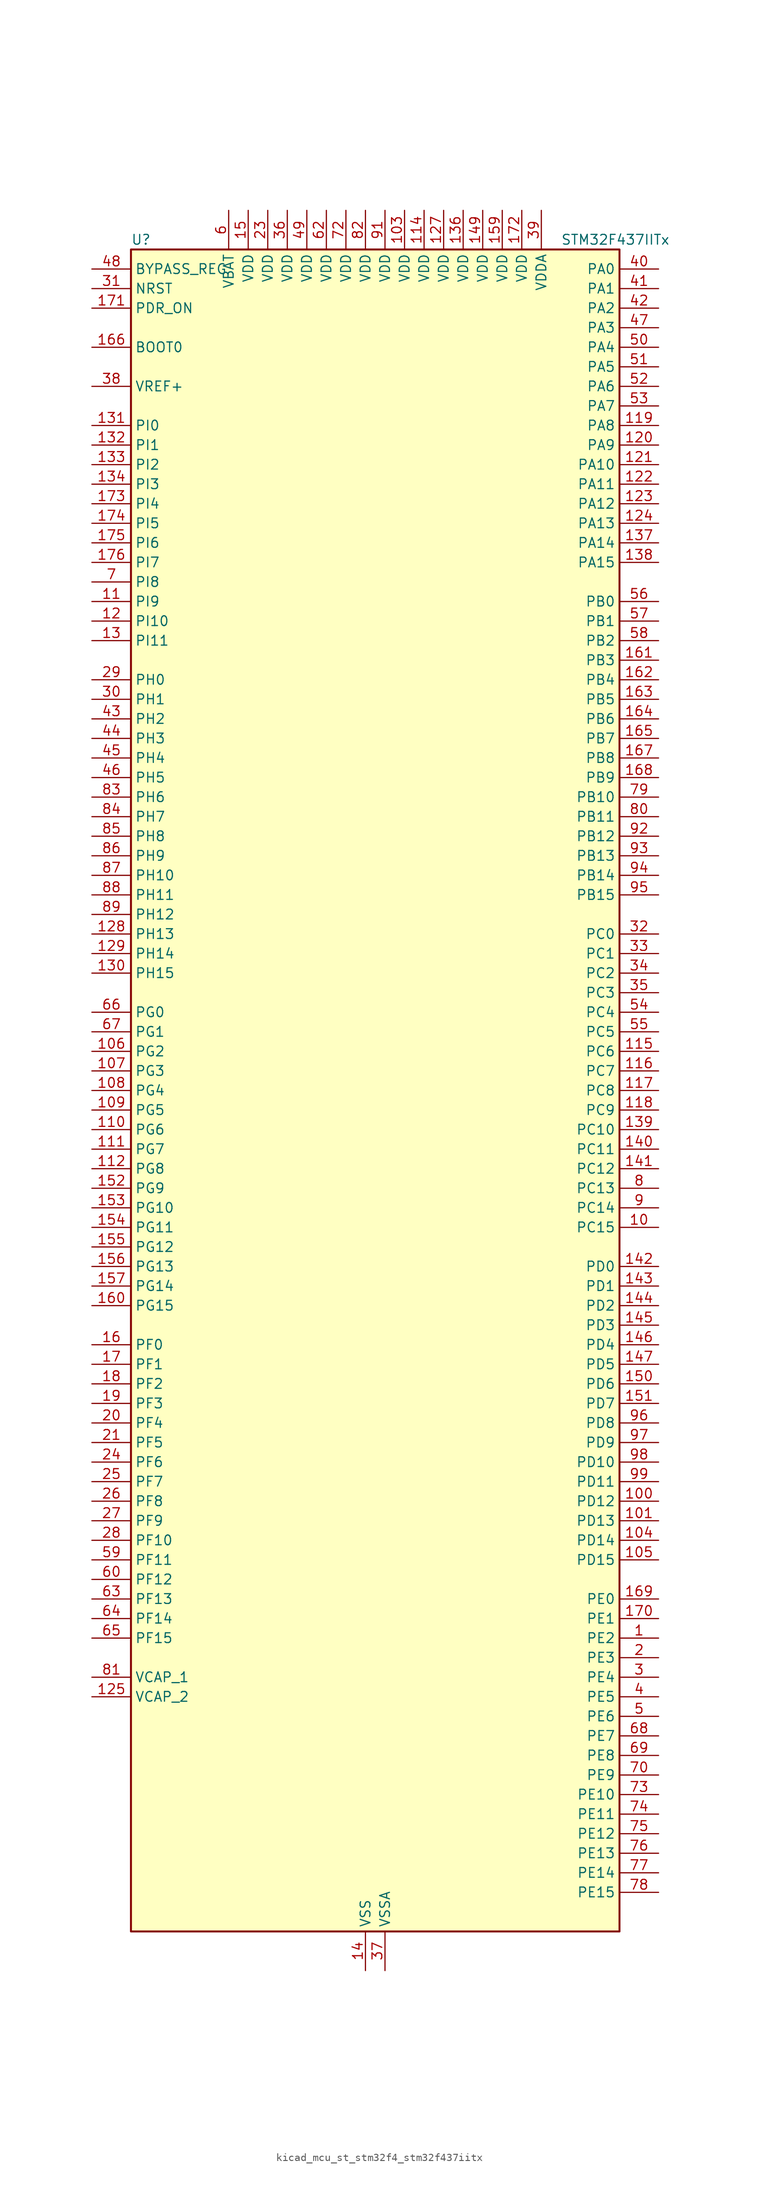
<source format=kicad_sym>
(kicad_symbol_lib
  (version 20220914)
  (generator kicad_symbol_editor)
  (symbol "kicad_mcu_st_stm32f4_stm32f437iitx"
    (property "Reference" "U"
      (at -30.48 110.49 0)
      (effects (font (size 1.27 1.27)) (justify left)))
    (property "Value" "STM32F437IITx"
      (at 25.4 110.49 0)
      (effects (font (size 1.27 1.27)) (justify left)))
    (property "ki_locked" ""
      (at 0 0 0)
      (effects (font (size 1.27 1.27))))
    (symbol "kicad_mcu_st_stm32f4_stm32f437iitx_0_1"
      (rectangle (start -30.48 -109.22) (end 33.02 109.22) (stroke (width 0.254) (type default)) (fill (type background))))
    (symbol "kicad_mcu_st_stm32f4_stm32f437iitx_1_1"
      (pin bidirectional line (at 38.1 -71.12 180) (length 5.08) (name "PE2" (effects (font (size 1.27 1.27)))) (number "1" (effects (font (size 1.27 1.27)))) (alternate "ETH_TXD3" bidirectional line) (alternate "FMC_A23" bidirectional line) (alternate "SAI1_MCLK_A" bidirectional line) (alternate "SPI4_SCK" bidirectional line) (alternate "SYS_TRACECLK" bidirectional line))
      (pin bidirectional line (at 38.1 -17.78 180) (length 5.08) (name "PC15" (effects (font (size 1.27 1.27)))) (number "10" (effects (font (size 1.27 1.27)))) (alternate "ADC1_EXTI15" bidirectional line) (alternate "ADC2_EXTI15" bidirectional line) (alternate "ADC3_EXTI15" bidirectional line) (alternate "RCC_OSC32_OUT" bidirectional line))
      (pin bidirectional line (at 38.1 -53.34 180) (length 5.08) (name "PD12" (effects (font (size 1.27 1.27)))) (number "100" (effects (font (size 1.27 1.27)))) (alternate "FMC_A17" bidirectional line) (alternate "FMC_ALE" bidirectional line) (alternate "TIM4_CH1" bidirectional line) (alternate "USART3_RTS" bidirectional line))
      (pin bidirectional line (at 38.1 -55.88 180) (length 5.08) (name "PD13" (effects (font (size 1.27 1.27)))) (number "101" (effects (font (size 1.27 1.27)))) (alternate "FMC_A18" bidirectional line) (alternate "TIM4_CH2" bidirectional line))
      (pin passive line (at 0 -114.3 90) (length 5.08) hide (name "VSS" (effects (font (size 1.27 1.27)))) (number "102" (effects (font (size 1.27 1.27)))))
      (pin power_in line (at 5.08 114.3 270) (length 5.08) (name "VDD" (effects (font (size 1.27 1.27)))) (number "103" (effects (font (size 1.27 1.27)))))
      (pin bidirectional line (at 38.1 -58.42 180) (length 5.08) (name "PD14" (effects (font (size 1.27 1.27)))) (number "104" (effects (font (size 1.27 1.27)))) (alternate "FMC_D0" bidirectional line) (alternate "FMC_DA0" bidirectional line) (alternate "TIM4_CH3" bidirectional line))
      (pin bidirectional line (at 38.1 -60.96 180) (length 5.08) (name "PD15" (effects (font (size 1.27 1.27)))) (number "105" (effects (font (size 1.27 1.27)))) (alternate "ADC1_EXTI15" bidirectional line) (alternate "ADC2_EXTI15" bidirectional line) (alternate "ADC3_EXTI15" bidirectional line) (alternate "FMC_D1" bidirectional line) (alternate "FMC_DA1" bidirectional line) (alternate "TIM4_CH4" bidirectional line))
      (pin bidirectional line (at -35.56 5.08 0) (length 5.08) (name "PG2" (effects (font (size 1.27 1.27)))) (number "106" (effects (font (size 1.27 1.27)))) (alternate "FMC_A12" bidirectional line))
      (pin bidirectional line (at -35.56 2.54 0) (length 5.08) (name "PG3" (effects (font (size 1.27 1.27)))) (number "107" (effects (font (size 1.27 1.27)))) (alternate "FMC_A13" bidirectional line))
      (pin bidirectional line (at -35.56 0 0) (length 5.08) (name "PG4" (effects (font (size 1.27 1.27)))) (number "108" (effects (font (size 1.27 1.27)))) (alternate "FMC_A14" bidirectional line) (alternate "FMC_BA0" bidirectional line))
      (pin bidirectional line (at -35.56 -2.54 0) (length 5.08) (name "PG5" (effects (font (size 1.27 1.27)))) (number "109" (effects (font (size 1.27 1.27)))) (alternate "FMC_A15" bidirectional line) (alternate "FMC_BA1" bidirectional line))
      (pin bidirectional line (at -35.56 63.5 0) (length 5.08) (name "PI9" (effects (font (size 1.27 1.27)))) (number "11" (effects (font (size 1.27 1.27)))) (alternate "CAN1_RX" bidirectional line) (alternate "DAC_EXTI9" bidirectional line) (alternate "FMC_D30" bidirectional line))
      (pin bidirectional line (at -35.56 -5.08 0) (length 5.08) (name "PG6" (effects (font (size 1.27 1.27)))) (number "110" (effects (font (size 1.27 1.27)))) (alternate "DCMI_D12" bidirectional line) (alternate "FMC_INT2" bidirectional line))
      (pin bidirectional line (at -35.56 -7.62 0) (length 5.08) (name "PG7" (effects (font (size 1.27 1.27)))) (number "111" (effects (font (size 1.27 1.27)))) (alternate "DCMI_D13" bidirectional line) (alternate "FMC_INT3" bidirectional line) (alternate "USART6_CK" bidirectional line))
      (pin bidirectional line (at -35.56 -10.16 0) (length 5.08) (name "PG8" (effects (font (size 1.27 1.27)))) (number "112" (effects (font (size 1.27 1.27)))) (alternate "ETH_PPS_OUT" bidirectional line) (alternate "FMC_SDCLK" bidirectional line) (alternate "SPI6_NSS" bidirectional line) (alternate "USART6_RTS" bidirectional line))
      (pin passive line (at 0 -114.3 90) (length 5.08) hide (name "VSS" (effects (font (size 1.27 1.27)))) (number "113" (effects (font (size 1.27 1.27)))))
      (pin power_in line (at 7.62 114.3 270) (length 5.08) (name "VDD" (effects (font (size 1.27 1.27)))) (number "114" (effects (font (size 1.27 1.27)))))
      (pin bidirectional line (at 38.1 5.08 180) (length 5.08) (name "PC6" (effects (font (size 1.27 1.27)))) (number "115" (effects (font (size 1.27 1.27)))) (alternate "DCMI_D0" bidirectional line) (alternate "I2S2_MCK" bidirectional line) (alternate "SDIO_D6" bidirectional line) (alternate "TIM3_CH1" bidirectional line) (alternate "TIM8_CH1" bidirectional line) (alternate "USART6_TX" bidirectional line))
      (pin bidirectional line (at 38.1 2.54 180) (length 5.08) (name "PC7" (effects (font (size 1.27 1.27)))) (number "116" (effects (font (size 1.27 1.27)))) (alternate "DCMI_D1" bidirectional line) (alternate "I2S3_MCK" bidirectional line) (alternate "SDIO_D7" bidirectional line) (alternate "TIM3_CH2" bidirectional line) (alternate "TIM8_CH2" bidirectional line) (alternate "USART6_RX" bidirectional line))
      (pin bidirectional line (at 38.1 0 180) (length 5.08) (name "PC8" (effects (font (size 1.27 1.27)))) (number "117" (effects (font (size 1.27 1.27)))) (alternate "DCMI_D2" bidirectional line) (alternate "SDIO_D0" bidirectional line) (alternate "TIM3_CH3" bidirectional line) (alternate "TIM8_CH3" bidirectional line) (alternate "USART6_CK" bidirectional line))
      (pin bidirectional line (at 38.1 -2.54 180) (length 5.08) (name "PC9" (effects (font (size 1.27 1.27)))) (number "118" (effects (font (size 1.27 1.27)))) (alternate "DAC_EXTI9" bidirectional line) (alternate "DCMI_D3" bidirectional line) (alternate "I2C3_SDA" bidirectional line) (alternate "I2S_CKIN" bidirectional line) (alternate "RCC_MCO_2" bidirectional line) (alternate "SDIO_D1" bidirectional line) (alternate "TIM3_CH4" bidirectional line) (alternate "TIM8_CH4" bidirectional line))
      (pin bidirectional line (at 38.1 86.36 180) (length 5.08) (name "PA8" (effects (font (size 1.27 1.27)))) (number "119" (effects (font (size 1.27 1.27)))) (alternate "I2C3_SCL" bidirectional line) (alternate "RCC_MCO_1" bidirectional line) (alternate "TIM1_CH1" bidirectional line) (alternate "USART1_CK" bidirectional line) (alternate "USB_OTG_FS_SOF" bidirectional line))
      (pin bidirectional line (at -35.56 60.96 0) (length 5.08) (name "PI10" (effects (font (size 1.27 1.27)))) (number "12" (effects (font (size 1.27 1.27)))) (alternate "ETH_RX_ER" bidirectional line) (alternate "FMC_D31" bidirectional line))
      (pin bidirectional line (at 38.1 83.82 180) (length 5.08) (name "PA9" (effects (font (size 1.27 1.27)))) (number "120" (effects (font (size 1.27 1.27)))) (alternate "DAC_EXTI9" bidirectional line) (alternate "DCMI_D0" bidirectional line) (alternate "I2C3_SMBA" bidirectional line) (alternate "TIM1_CH2" bidirectional line) (alternate "USART1_TX" bidirectional line) (alternate "USB_OTG_FS_VBUS" bidirectional line))
      (pin bidirectional line (at 38.1 81.28 180) (length 5.08) (name "PA10" (effects (font (size 1.27 1.27)))) (number "121" (effects (font (size 1.27 1.27)))) (alternate "DCMI_D1" bidirectional line) (alternate "TIM1_CH3" bidirectional line) (alternate "USART1_RX" bidirectional line) (alternate "USB_OTG_FS_ID" bidirectional line))
      (pin bidirectional line (at 38.1 78.74 180) (length 5.08) (name "PA11" (effects (font (size 1.27 1.27)))) (number "122" (effects (font (size 1.27 1.27)))) (alternate "ADC1_EXTI11" bidirectional line) (alternate "ADC2_EXTI11" bidirectional line) (alternate "ADC3_EXTI11" bidirectional line) (alternate "CAN1_RX" bidirectional line) (alternate "TIM1_CH4" bidirectional line) (alternate "USART1_CTS" bidirectional line) (alternate "USB_OTG_FS_DM" bidirectional line))
      (pin bidirectional line (at 38.1 76.2 180) (length 5.08) (name "PA12" (effects (font (size 1.27 1.27)))) (number "123" (effects (font (size 1.27 1.27)))) (alternate "CAN1_TX" bidirectional line) (alternate "TIM1_ETR" bidirectional line) (alternate "USART1_RTS" bidirectional line) (alternate "USB_OTG_FS_DP" bidirectional line))
      (pin bidirectional line (at 38.1 73.66 180) (length 5.08) (name "PA13" (effects (font (size 1.27 1.27)))) (number "124" (effects (font (size 1.27 1.27)))) (alternate "SYS_JTMS-SWDIO" bidirectional line))
      (pin power_out line (at -35.56 -78.74 0) (length 5.08) (name "VCAP_2" (effects (font (size 1.27 1.27)))) (number "125" (effects (font (size 1.27 1.27)))))
      (pin passive line (at 0 -114.3 90) (length 5.08) hide (name "VSS" (effects (font (size 1.27 1.27)))) (number "126" (effects (font (size 1.27 1.27)))))
      (pin power_in line (at 10.16 114.3 270) (length 5.08) (name "VDD" (effects (font (size 1.27 1.27)))) (number "127" (effects (font (size 1.27 1.27)))))
      (pin bidirectional line (at -35.56 20.32 0) (length 5.08) (name "PH13" (effects (font (size 1.27 1.27)))) (number "128" (effects (font (size 1.27 1.27)))) (alternate "CAN1_TX" bidirectional line) (alternate "FMC_D21" bidirectional line) (alternate "TIM8_CH1N" bidirectional line))
      (pin bidirectional line (at -35.56 17.78 0) (length 5.08) (name "PH14" (effects (font (size 1.27 1.27)))) (number "129" (effects (font (size 1.27 1.27)))) (alternate "DCMI_D4" bidirectional line) (alternate "FMC_D22" bidirectional line) (alternate "TIM8_CH2N" bidirectional line))
      (pin bidirectional line (at -35.56 58.42 0) (length 5.08) (name "PI11" (effects (font (size 1.27 1.27)))) (number "13" (effects (font (size 1.27 1.27)))) (alternate "ADC1_EXTI11" bidirectional line) (alternate "ADC2_EXTI11" bidirectional line) (alternate "ADC3_EXTI11" bidirectional line) (alternate "USB_OTG_HS_ULPI_DIR" bidirectional line))
      (pin bidirectional line (at -35.56 15.24 0) (length 5.08) (name "PH15" (effects (font (size 1.27 1.27)))) (number "130" (effects (font (size 1.27 1.27)))) (alternate "ADC1_EXTI15" bidirectional line) (alternate "ADC2_EXTI15" bidirectional line) (alternate "ADC3_EXTI15" bidirectional line) (alternate "DCMI_D11" bidirectional line) (alternate "FMC_D23" bidirectional line) (alternate "TIM8_CH3N" bidirectional line))
      (pin bidirectional line (at -35.56 86.36 0) (length 5.08) (name "PI0" (effects (font (size 1.27 1.27)))) (number "131" (effects (font (size 1.27 1.27)))) (alternate "DCMI_D13" bidirectional line) (alternate "FMC_D24" bidirectional line) (alternate "I2S2_WS" bidirectional line) (alternate "SPI2_NSS" bidirectional line) (alternate "TIM5_CH4" bidirectional line))
      (pin bidirectional line (at -35.56 83.82 0) (length 5.08) (name "PI1" (effects (font (size 1.27 1.27)))) (number "132" (effects (font (size 1.27 1.27)))) (alternate "DCMI_D8" bidirectional line) (alternate "FMC_D25" bidirectional line) (alternate "I2S2_CK" bidirectional line) (alternate "SPI2_SCK" bidirectional line))
      (pin bidirectional line (at -35.56 81.28 0) (length 5.08) (name "PI2" (effects (font (size 1.27 1.27)))) (number "133" (effects (font (size 1.27 1.27)))) (alternate "DCMI_D9" bidirectional line) (alternate "FMC_D26" bidirectional line) (alternate "I2S2_ext_SD" bidirectional line) (alternate "SPI2_MISO" bidirectional line) (alternate "TIM8_CH4" bidirectional line))
      (pin bidirectional line (at -35.56 78.74 0) (length 5.08) (name "PI3" (effects (font (size 1.27 1.27)))) (number "134" (effects (font (size 1.27 1.27)))) (alternate "DCMI_D10" bidirectional line) (alternate "FMC_D27" bidirectional line) (alternate "I2S2_SD" bidirectional line) (alternate "SPI2_MOSI" bidirectional line) (alternate "TIM8_ETR" bidirectional line))
      (pin passive line (at 0 -114.3 90) (length 5.08) hide (name "VSS" (effects (font (size 1.27 1.27)))) (number "135" (effects (font (size 1.27 1.27)))))
      (pin power_in line (at 12.7 114.3 270) (length 5.08) (name "VDD" (effects (font (size 1.27 1.27)))) (number "136" (effects (font (size 1.27 1.27)))))
      (pin bidirectional line (at 38.1 71.12 180) (length 5.08) (name "PA14" (effects (font (size 1.27 1.27)))) (number "137" (effects (font (size 1.27 1.27)))) (alternate "SYS_JTCK-SWCLK" bidirectional line))
      (pin bidirectional line (at 38.1 68.58 180) (length 5.08) (name "PA15" (effects (font (size 1.27 1.27)))) (number "138" (effects (font (size 1.27 1.27)))) (alternate "ADC1_EXTI15" bidirectional line) (alternate "ADC2_EXTI15" bidirectional line) (alternate "ADC3_EXTI15" bidirectional line) (alternate "I2S3_WS" bidirectional line) (alternate "SPI1_NSS" bidirectional line) (alternate "SPI3_NSS" bidirectional line) (alternate "SYS_JTDI" bidirectional line) (alternate "TIM2_CH1" bidirectional line) (alternate "TIM2_ETR" bidirectional line))
      (pin bidirectional line (at 38.1 -5.08 180) (length 5.08) (name "PC10" (effects (font (size 1.27 1.27)))) (number "139" (effects (font (size 1.27 1.27)))) (alternate "DCMI_D8" bidirectional line) (alternate "I2S3_CK" bidirectional line) (alternate "SDIO_D2" bidirectional line) (alternate "SPI3_SCK" bidirectional line) (alternate "UART4_TX" bidirectional line) (alternate "USART3_TX" bidirectional line))
      (pin power_in line (at 0 -114.3 90) (length 5.08) (name "VSS" (effects (font (size 1.27 1.27)))) (number "14" (effects (font (size 1.27 1.27)))))
      (pin bidirectional line (at 38.1 -7.62 180) (length 5.08) (name "PC11" (effects (font (size 1.27 1.27)))) (number "140" (effects (font (size 1.27 1.27)))) (alternate "ADC1_EXTI11" bidirectional line) (alternate "ADC2_EXTI11" bidirectional line) (alternate "ADC3_EXTI11" bidirectional line) (alternate "DCMI_D4" bidirectional line) (alternate "I2S3_ext_SD" bidirectional line) (alternate "SDIO_D3" bidirectional line) (alternate "SPI3_MISO" bidirectional line) (alternate "UART4_RX" bidirectional line) (alternate "USART3_RX" bidirectional line))
      (pin bidirectional line (at 38.1 -10.16 180) (length 5.08) (name "PC12" (effects (font (size 1.27 1.27)))) (number "141" (effects (font (size 1.27 1.27)))) (alternate "DCMI_D9" bidirectional line) (alternate "I2S3_SD" bidirectional line) (alternate "SDIO_CK" bidirectional line) (alternate "SPI3_MOSI" bidirectional line) (alternate "UART5_TX" bidirectional line) (alternate "USART3_CK" bidirectional line))
      (pin bidirectional line (at 38.1 -22.86 180) (length 5.08) (name "PD0" (effects (font (size 1.27 1.27)))) (number "142" (effects (font (size 1.27 1.27)))) (alternate "CAN1_RX" bidirectional line) (alternate "FMC_D2" bidirectional line) (alternate "FMC_DA2" bidirectional line))
      (pin bidirectional line (at 38.1 -25.4 180) (length 5.08) (name "PD1" (effects (font (size 1.27 1.27)))) (number "143" (effects (font (size 1.27 1.27)))) (alternate "CAN1_TX" bidirectional line) (alternate "FMC_D3" bidirectional line) (alternate "FMC_DA3" bidirectional line))
      (pin bidirectional line (at 38.1 -27.94 180) (length 5.08) (name "PD2" (effects (font (size 1.27 1.27)))) (number "144" (effects (font (size 1.27 1.27)))) (alternate "DCMI_D11" bidirectional line) (alternate "SDIO_CMD" bidirectional line) (alternate "TIM3_ETR" bidirectional line) (alternate "UART5_RX" bidirectional line))
      (pin bidirectional line (at 38.1 -30.48 180) (length 5.08) (name "PD3" (effects (font (size 1.27 1.27)))) (number "145" (effects (font (size 1.27 1.27)))) (alternate "DCMI_D5" bidirectional line) (alternate "FMC_CLK" bidirectional line) (alternate "I2S2_CK" bidirectional line) (alternate "SPI2_SCK" bidirectional line) (alternate "USART2_CTS" bidirectional line))
      (pin bidirectional line (at 38.1 -33.02 180) (length 5.08) (name "PD4" (effects (font (size 1.27 1.27)))) (number "146" (effects (font (size 1.27 1.27)))) (alternate "FMC_NOE" bidirectional line) (alternate "USART2_RTS" bidirectional line))
      (pin bidirectional line (at 38.1 -35.56 180) (length 5.08) (name "PD5" (effects (font (size 1.27 1.27)))) (number "147" (effects (font (size 1.27 1.27)))) (alternate "FMC_NWE" bidirectional line) (alternate "USART2_TX" bidirectional line))
      (pin passive line (at 0 -114.3 90) (length 5.08) hide (name "VSS" (effects (font (size 1.27 1.27)))) (number "148" (effects (font (size 1.27 1.27)))))
      (pin power_in line (at 15.24 114.3 270) (length 5.08) (name "VDD" (effects (font (size 1.27 1.27)))) (number "149" (effects (font (size 1.27 1.27)))))
      (pin power_in line (at -15.24 114.3 270) (length 5.08) (name "VDD" (effects (font (size 1.27 1.27)))) (number "15" (effects (font (size 1.27 1.27)))))
      (pin bidirectional line (at 38.1 -38.1 180) (length 5.08) (name "PD6" (effects (font (size 1.27 1.27)))) (number "150" (effects (font (size 1.27 1.27)))) (alternate "DCMI_D10" bidirectional line) (alternate "FMC_NWAIT" bidirectional line) (alternate "I2S3_SD" bidirectional line) (alternate "SAI1_SD_A" bidirectional line) (alternate "SPI3_MOSI" bidirectional line) (alternate "USART2_RX" bidirectional line))
      (pin bidirectional line (at 38.1 -40.64 180) (length 5.08) (name "PD7" (effects (font (size 1.27 1.27)))) (number "151" (effects (font (size 1.27 1.27)))) (alternate "FMC_NCE2" bidirectional line) (alternate "FMC_NE1" bidirectional line) (alternate "USART2_CK" bidirectional line))
      (pin bidirectional line (at -35.56 -12.7 0) (length 5.08) (name "PG9" (effects (font (size 1.27 1.27)))) (number "152" (effects (font (size 1.27 1.27)))) (alternate "DAC_EXTI9" bidirectional line) (alternate "DCMI_VSYNC" bidirectional line) (alternate "FMC_NCE3" bidirectional line) (alternate "FMC_NE2" bidirectional line) (alternate "USART6_RX" bidirectional line))
      (pin bidirectional line (at -35.56 -15.24 0) (length 5.08) (name "PG10" (effects (font (size 1.27 1.27)))) (number "153" (effects (font (size 1.27 1.27)))) (alternate "DCMI_D2" bidirectional line) (alternate "FMC_NCE4_1" bidirectional line) (alternate "FMC_NE3" bidirectional line))
      (pin bidirectional line (at -35.56 -17.78 0) (length 5.08) (name "PG11" (effects (font (size 1.27 1.27)))) (number "154" (effects (font (size 1.27 1.27)))) (alternate "ADC1_EXTI11" bidirectional line) (alternate "ADC2_EXTI11" bidirectional line) (alternate "ADC3_EXTI11" bidirectional line) (alternate "DCMI_D3" bidirectional line) (alternate "ETH_TX_EN" bidirectional line) (alternate "FMC_NCE4_2" bidirectional line))
      (pin bidirectional line (at -35.56 -20.32 0) (length 5.08) (name "PG12" (effects (font (size 1.27 1.27)))) (number "155" (effects (font (size 1.27 1.27)))) (alternate "FMC_NE4" bidirectional line) (alternate "SPI6_MISO" bidirectional line) (alternate "USART6_RTS" bidirectional line))
      (pin bidirectional line (at -35.56 -22.86 0) (length 5.08) (name "PG13" (effects (font (size 1.27 1.27)))) (number "156" (effects (font (size 1.27 1.27)))) (alternate "ETH_TXD0" bidirectional line) (alternate "FMC_A24" bidirectional line) (alternate "SPI6_SCK" bidirectional line) (alternate "USART6_CTS" bidirectional line))
      (pin bidirectional line (at -35.56 -25.4 0) (length 5.08) (name "PG14" (effects (font (size 1.27 1.27)))) (number "157" (effects (font (size 1.27 1.27)))) (alternate "ETH_TXD1" bidirectional line) (alternate "FMC_A25" bidirectional line) (alternate "SPI6_MOSI" bidirectional line) (alternate "USART6_TX" bidirectional line))
      (pin passive line (at 0 -114.3 90) (length 5.08) hide (name "VSS" (effects (font (size 1.27 1.27)))) (number "158" (effects (font (size 1.27 1.27)))))
      (pin power_in line (at 17.78 114.3 270) (length 5.08) (name "VDD" (effects (font (size 1.27 1.27)))) (number "159" (effects (font (size 1.27 1.27)))))
      (pin bidirectional line (at -35.56 -33.02 0) (length 5.08) (name "PF0" (effects (font (size 1.27 1.27)))) (number "16" (effects (font (size 1.27 1.27)))) (alternate "FMC_A0" bidirectional line) (alternate "I2C2_SDA" bidirectional line))
      (pin bidirectional line (at -35.56 -27.94 0) (length 5.08) (name "PG15" (effects (font (size 1.27 1.27)))) (number "160" (effects (font (size 1.27 1.27)))) (alternate "ADC1_EXTI15" bidirectional line) (alternate "ADC2_EXTI15" bidirectional line) (alternate "ADC3_EXTI15" bidirectional line) (alternate "DCMI_D13" bidirectional line) (alternate "FMC_SDNCAS" bidirectional line) (alternate "USART6_CTS" bidirectional line))
      (pin bidirectional line (at 38.1 55.88 180) (length 5.08) (name "PB3" (effects (font (size 1.27 1.27)))) (number "161" (effects (font (size 1.27 1.27)))) (alternate "I2S3_CK" bidirectional line) (alternate "SPI1_SCK" bidirectional line) (alternate "SPI3_SCK" bidirectional line) (alternate "SYS_JTDO-SWO" bidirectional line) (alternate "TIM2_CH2" bidirectional line))
      (pin bidirectional line (at 38.1 53.34 180) (length 5.08) (name "PB4" (effects (font (size 1.27 1.27)))) (number "162" (effects (font (size 1.27 1.27)))) (alternate "I2S3_ext_SD" bidirectional line) (alternate "SPI1_MISO" bidirectional line) (alternate "SPI3_MISO" bidirectional line) (alternate "SYS_JTRST" bidirectional line) (alternate "TIM3_CH1" bidirectional line))
      (pin bidirectional line (at 38.1 50.8 180) (length 5.08) (name "PB5" (effects (font (size 1.27 1.27)))) (number "163" (effects (font (size 1.27 1.27)))) (alternate "CAN2_RX" bidirectional line) (alternate "DCMI_D10" bidirectional line) (alternate "ETH_PPS_OUT" bidirectional line) (alternate "FMC_SDCKE1" bidirectional line) (alternate "I2C1_SMBA" bidirectional line) (alternate "I2S3_SD" bidirectional line) (alternate "SPI1_MOSI" bidirectional line) (alternate "SPI3_MOSI" bidirectional line) (alternate "TIM3_CH2" bidirectional line) (alternate "USB_OTG_HS_ULPI_D7" bidirectional line))
      (pin bidirectional line (at 38.1 48.26 180) (length 5.08) (name "PB6" (effects (font (size 1.27 1.27)))) (number "164" (effects (font (size 1.27 1.27)))) (alternate "CAN2_TX" bidirectional line) (alternate "DCMI_D5" bidirectional line) (alternate "FMC_SDNE1" bidirectional line) (alternate "I2C1_SCL" bidirectional line) (alternate "TIM4_CH1" bidirectional line) (alternate "USART1_TX" bidirectional line))
      (pin bidirectional line (at 38.1 45.72 180) (length 5.08) (name "PB7" (effects (font (size 1.27 1.27)))) (number "165" (effects (font (size 1.27 1.27)))) (alternate "DCMI_VSYNC" bidirectional line) (alternate "FMC_NL" bidirectional line) (alternate "I2C1_SDA" bidirectional line) (alternate "TIM4_CH2" bidirectional line) (alternate "USART1_RX" bidirectional line))
      (pin input line (at -35.56 96.52 0) (length 5.08) (name "BOOT0" (effects (font (size 1.27 1.27)))) (number "166" (effects (font (size 1.27 1.27)))))
      (pin bidirectional line (at 38.1 43.18 180) (length 5.08) (name "PB8" (effects (font (size 1.27 1.27)))) (number "167" (effects (font (size 1.27 1.27)))) (alternate "CAN1_RX" bidirectional line) (alternate "DCMI_D6" bidirectional line) (alternate "ETH_TXD3" bidirectional line) (alternate "I2C1_SCL" bidirectional line) (alternate "SDIO_D4" bidirectional line) (alternate "TIM10_CH1" bidirectional line) (alternate "TIM4_CH3" bidirectional line))
      (pin bidirectional line (at 38.1 40.64 180) (length 5.08) (name "PB9" (effects (font (size 1.27 1.27)))) (number "168" (effects (font (size 1.27 1.27)))) (alternate "CAN1_TX" bidirectional line) (alternate "DAC_EXTI9" bidirectional line) (alternate "DCMI_D7" bidirectional line) (alternate "I2C1_SDA" bidirectional line) (alternate "I2S2_WS" bidirectional line) (alternate "SDIO_D5" bidirectional line) (alternate "SPI2_NSS" bidirectional line) (alternate "TIM11_CH1" bidirectional line) (alternate "TIM4_CH4" bidirectional line))
      (pin bidirectional line (at 38.1 -66.04 180) (length 5.08) (name "PE0" (effects (font (size 1.27 1.27)))) (number "169" (effects (font (size 1.27 1.27)))) (alternate "DCMI_D2" bidirectional line) (alternate "FMC_NBL0" bidirectional line) (alternate "TIM4_ETR" bidirectional line) (alternate "UART8_RX" bidirectional line))
      (pin bidirectional line (at -35.56 -35.56 0) (length 5.08) (name "PF1" (effects (font (size 1.27 1.27)))) (number "17" (effects (font (size 1.27 1.27)))) (alternate "FMC_A1" bidirectional line) (alternate "I2C2_SCL" bidirectional line))
      (pin bidirectional line (at 38.1 -68.58 180) (length 5.08) (name "PE1" (effects (font (size 1.27 1.27)))) (number "170" (effects (font (size 1.27 1.27)))) (alternate "DCMI_D3" bidirectional line) (alternate "FMC_NBL1" bidirectional line) (alternate "UART8_TX" bidirectional line))
      (pin input line (at -35.56 101.6 0) (length 5.08) (name "PDR_ON" (effects (font (size 1.27 1.27)))) (number "171" (effects (font (size 1.27 1.27)))))
      (pin power_in line (at 20.32 114.3 270) (length 5.08) (name "VDD" (effects (font (size 1.27 1.27)))) (number "172" (effects (font (size 1.27 1.27)))))
      (pin bidirectional line (at -35.56 76.2 0) (length 5.08) (name "PI4" (effects (font (size 1.27 1.27)))) (number "173" (effects (font (size 1.27 1.27)))) (alternate "DCMI_D5" bidirectional line) (alternate "FMC_NBL2" bidirectional line) (alternate "TIM8_BKIN" bidirectional line))
      (pin bidirectional line (at -35.56 73.66 0) (length 5.08) (name "PI5" (effects (font (size 1.27 1.27)))) (number "174" (effects (font (size 1.27 1.27)))) (alternate "DCMI_VSYNC" bidirectional line) (alternate "FMC_NBL3" bidirectional line) (alternate "TIM8_CH1" bidirectional line))
      (pin bidirectional line (at -35.56 71.12 0) (length 5.08) (name "PI6" (effects (font (size 1.27 1.27)))) (number "175" (effects (font (size 1.27 1.27)))) (alternate "DCMI_D6" bidirectional line) (alternate "FMC_D28" bidirectional line) (alternate "TIM8_CH2" bidirectional line))
      (pin bidirectional line (at -35.56 68.58 0) (length 5.08) (name "PI7" (effects (font (size 1.27 1.27)))) (number "176" (effects (font (size 1.27 1.27)))) (alternate "DCMI_D7" bidirectional line) (alternate "FMC_D29" bidirectional line) (alternate "TIM8_CH3" bidirectional line))
      (pin bidirectional line (at -35.56 -38.1 0) (length 5.08) (name "PF2" (effects (font (size 1.27 1.27)))) (number "18" (effects (font (size 1.27 1.27)))) (alternate "FMC_A2" bidirectional line) (alternate "I2C2_SMBA" bidirectional line))
      (pin bidirectional line (at -35.56 -40.64 0) (length 5.08) (name "PF3" (effects (font (size 1.27 1.27)))) (number "19" (effects (font (size 1.27 1.27)))) (alternate "ADC3_IN9" bidirectional line) (alternate "FMC_A3" bidirectional line))
      (pin bidirectional line (at 38.1 -73.66 180) (length 5.08) (name "PE3" (effects (font (size 1.27 1.27)))) (number "2" (effects (font (size 1.27 1.27)))) (alternate "FMC_A19" bidirectional line) (alternate "SAI1_SD_B" bidirectional line) (alternate "SYS_TRACED0" bidirectional line))
      (pin bidirectional line (at -35.56 -43.18 0) (length 5.08) (name "PF4" (effects (font (size 1.27 1.27)))) (number "20" (effects (font (size 1.27 1.27)))) (alternate "ADC3_IN14" bidirectional line) (alternate "FMC_A4" bidirectional line))
      (pin bidirectional line (at -35.56 -45.72 0) (length 5.08) (name "PF5" (effects (font (size 1.27 1.27)))) (number "21" (effects (font (size 1.27 1.27)))) (alternate "ADC3_IN15" bidirectional line) (alternate "FMC_A5" bidirectional line))
      (pin passive line (at 0 -114.3 90) (length 5.08) hide (name "VSS" (effects (font (size 1.27 1.27)))) (number "22" (effects (font (size 1.27 1.27)))))
      (pin power_in line (at -12.7 114.3 270) (length 5.08) (name "VDD" (effects (font (size 1.27 1.27)))) (number "23" (effects (font (size 1.27 1.27)))))
      (pin bidirectional line (at -35.56 -48.26 0) (length 5.08) (name "PF6" (effects (font (size 1.27 1.27)))) (number "24" (effects (font (size 1.27 1.27)))) (alternate "ADC3_IN4" bidirectional line) (alternate "FMC_NIORD" bidirectional line) (alternate "SAI1_SD_B" bidirectional line) (alternate "SPI5_NSS" bidirectional line) (alternate "TIM10_CH1" bidirectional line) (alternate "UART7_RX" bidirectional line))
      (pin bidirectional line (at -35.56 -50.8 0) (length 5.08) (name "PF7" (effects (font (size 1.27 1.27)))) (number "25" (effects (font (size 1.27 1.27)))) (alternate "ADC3_IN5" bidirectional line) (alternate "FMC_NREG" bidirectional line) (alternate "SAI1_MCLK_B" bidirectional line) (alternate "SPI5_SCK" bidirectional line) (alternate "TIM11_CH1" bidirectional line) (alternate "UART7_TX" bidirectional line))
      (pin bidirectional line (at -35.56 -53.34 0) (length 5.08) (name "PF8" (effects (font (size 1.27 1.27)))) (number "26" (effects (font (size 1.27 1.27)))) (alternate "ADC3_IN6" bidirectional line) (alternate "FMC_NIOWR" bidirectional line) (alternate "SAI1_SCK_B" bidirectional line) (alternate "SPI5_MISO" bidirectional line) (alternate "TIM13_CH1" bidirectional line))
      (pin bidirectional line (at -35.56 -55.88 0) (length 5.08) (name "PF9" (effects (font (size 1.27 1.27)))) (number "27" (effects (font (size 1.27 1.27)))) (alternate "ADC3_IN7" bidirectional line) (alternate "DAC_EXTI9" bidirectional line) (alternate "FMC_CD" bidirectional line) (alternate "SAI1_FS_B" bidirectional line) (alternate "SPI5_MOSI" bidirectional line) (alternate "TIM14_CH1" bidirectional line))
      (pin bidirectional line (at -35.56 -58.42 0) (length 5.08) (name "PF10" (effects (font (size 1.27 1.27)))) (number "28" (effects (font (size 1.27 1.27)))) (alternate "ADC3_IN8" bidirectional line) (alternate "DCMI_D11" bidirectional line) (alternate "FMC_INTR" bidirectional line))
      (pin bidirectional line (at -35.56 53.34 0) (length 5.08) (name "PH0" (effects (font (size 1.27 1.27)))) (number "29" (effects (font (size 1.27 1.27)))) (alternate "RCC_OSC_IN" bidirectional line))
      (pin bidirectional line (at 38.1 -76.2 180) (length 5.08) (name "PE4" (effects (font (size 1.27 1.27)))) (number "3" (effects (font (size 1.27 1.27)))) (alternate "DCMI_D4" bidirectional line) (alternate "FMC_A20" bidirectional line) (alternate "SAI1_FS_A" bidirectional line) (alternate "SPI4_NSS" bidirectional line) (alternate "SYS_TRACED1" bidirectional line))
      (pin bidirectional line (at -35.56 50.8 0) (length 5.08) (name "PH1" (effects (font (size 1.27 1.27)))) (number "30" (effects (font (size 1.27 1.27)))) (alternate "RCC_OSC_OUT" bidirectional line))
      (pin input line (at -35.56 104.14 0) (length 5.08) (name "NRST" (effects (font (size 1.27 1.27)))) (number "31" (effects (font (size 1.27 1.27)))))
      (pin bidirectional line (at 38.1 20.32 180) (length 5.08) (name "PC0" (effects (font (size 1.27 1.27)))) (number "32" (effects (font (size 1.27 1.27)))) (alternate "ADC1_IN10" bidirectional line) (alternate "ADC2_IN10" bidirectional line) (alternate "ADC3_IN10" bidirectional line) (alternate "FMC_SDNWE" bidirectional line) (alternate "USB_OTG_HS_ULPI_STP" bidirectional line))
      (pin bidirectional line (at 38.1 17.78 180) (length 5.08) (name "PC1" (effects (font (size 1.27 1.27)))) (number "33" (effects (font (size 1.27 1.27)))) (alternate "ADC1_IN11" bidirectional line) (alternate "ADC2_IN11" bidirectional line) (alternate "ADC3_IN11" bidirectional line) (alternate "ETH_MDC" bidirectional line))
      (pin bidirectional line (at 38.1 15.24 180) (length 5.08) (name "PC2" (effects (font (size 1.27 1.27)))) (number "34" (effects (font (size 1.27 1.27)))) (alternate "ADC1_IN12" bidirectional line) (alternate "ADC2_IN12" bidirectional line) (alternate "ADC3_IN12" bidirectional line) (alternate "ETH_TXD2" bidirectional line) (alternate "FMC_SDNE0" bidirectional line) (alternate "I2S2_ext_SD" bidirectional line) (alternate "SPI2_MISO" bidirectional line) (alternate "USB_OTG_HS_ULPI_DIR" bidirectional line))
      (pin bidirectional line (at 38.1 12.7 180) (length 5.08) (name "PC3" (effects (font (size 1.27 1.27)))) (number "35" (effects (font (size 1.27 1.27)))) (alternate "ADC1_IN13" bidirectional line) (alternate "ADC2_IN13" bidirectional line) (alternate "ADC3_IN13" bidirectional line) (alternate "ETH_TX_CLK" bidirectional line) (alternate "FMC_SDCKE0" bidirectional line) (alternate "I2S2_SD" bidirectional line) (alternate "SPI2_MOSI" bidirectional line) (alternate "USB_OTG_HS_ULPI_NXT" bidirectional line))
      (pin power_in line (at -10.16 114.3 270) (length 5.08) (name "VDD" (effects (font (size 1.27 1.27)))) (number "36" (effects (font (size 1.27 1.27)))))
      (pin power_in line (at 2.54 -114.3 90) (length 5.08) (name "VSSA" (effects (font (size 1.27 1.27)))) (number "37" (effects (font (size 1.27 1.27)))))
      (pin input line (at -35.56 91.44 0) (length 5.08) (name "VREF+" (effects (font (size 1.27 1.27)))) (number "38" (effects (font (size 1.27 1.27)))))
      (pin power_in line (at 22.86 114.3 270) (length 5.08) (name "VDDA" (effects (font (size 1.27 1.27)))) (number "39" (effects (font (size 1.27 1.27)))))
      (pin bidirectional line (at 38.1 -78.74 180) (length 5.08) (name "PE5" (effects (font (size 1.27 1.27)))) (number "4" (effects (font (size 1.27 1.27)))) (alternate "DCMI_D6" bidirectional line) (alternate "FMC_A21" bidirectional line) (alternate "SAI1_SCK_A" bidirectional line) (alternate "SPI4_MISO" bidirectional line) (alternate "SYS_TRACED2" bidirectional line) (alternate "TIM9_CH1" bidirectional line))
      (pin bidirectional line (at 38.1 106.68 180) (length 5.08) (name "PA0" (effects (font (size 1.27 1.27)))) (number "40" (effects (font (size 1.27 1.27)))) (alternate "ADC1_IN0" bidirectional line) (alternate "ADC2_IN0" bidirectional line) (alternate "ADC3_IN0" bidirectional line) (alternate "ETH_CRS" bidirectional line) (alternate "SYS_WKUP" bidirectional line) (alternate "TIM2_CH1" bidirectional line) (alternate "TIM2_ETR" bidirectional line) (alternate "TIM5_CH1" bidirectional line) (alternate "TIM8_ETR" bidirectional line) (alternate "UART4_TX" bidirectional line) (alternate "USART2_CTS" bidirectional line))
      (pin bidirectional line (at 38.1 104.14 180) (length 5.08) (name "PA1" (effects (font (size 1.27 1.27)))) (number "41" (effects (font (size 1.27 1.27)))) (alternate "ADC1_IN1" bidirectional line) (alternate "ADC2_IN1" bidirectional line) (alternate "ADC3_IN1" bidirectional line) (alternate "ETH_REF_CLK" bidirectional line) (alternate "ETH_RX_CLK" bidirectional line) (alternate "TIM2_CH2" bidirectional line) (alternate "TIM5_CH2" bidirectional line) (alternate "UART4_RX" bidirectional line) (alternate "USART2_RTS" bidirectional line))
      (pin bidirectional line (at 38.1 101.6 180) (length 5.08) (name "PA2" (effects (font (size 1.27 1.27)))) (number "42" (effects (font (size 1.27 1.27)))) (alternate "ADC1_IN2" bidirectional line) (alternate "ADC2_IN2" bidirectional line) (alternate "ADC3_IN2" bidirectional line) (alternate "ETH_MDIO" bidirectional line) (alternate "TIM2_CH3" bidirectional line) (alternate "TIM5_CH3" bidirectional line) (alternate "TIM9_CH1" bidirectional line) (alternate "USART2_TX" bidirectional line))
      (pin bidirectional line (at -35.56 48.26 0) (length 5.08) (name "PH2" (effects (font (size 1.27 1.27)))) (number "43" (effects (font (size 1.27 1.27)))) (alternate "ETH_CRS" bidirectional line) (alternate "FMC_SDCKE0" bidirectional line))
      (pin bidirectional line (at -35.56 45.72 0) (length 5.08) (name "PH3" (effects (font (size 1.27 1.27)))) (number "44" (effects (font (size 1.27 1.27)))) (alternate "ETH_COL" bidirectional line) (alternate "FMC_SDNE0" bidirectional line))
      (pin bidirectional line (at -35.56 43.18 0) (length 5.08) (name "PH4" (effects (font (size 1.27 1.27)))) (number "45" (effects (font (size 1.27 1.27)))) (alternate "I2C2_SCL" bidirectional line) (alternate "USB_OTG_HS_ULPI_NXT" bidirectional line))
      (pin bidirectional line (at -35.56 40.64 0) (length 5.08) (name "PH5" (effects (font (size 1.27 1.27)))) (number "46" (effects (font (size 1.27 1.27)))) (alternate "FMC_SDNWE" bidirectional line) (alternate "I2C2_SDA" bidirectional line) (alternate "SPI5_NSS" bidirectional line))
      (pin bidirectional line (at 38.1 99.06 180) (length 5.08) (name "PA3" (effects (font (size 1.27 1.27)))) (number "47" (effects (font (size 1.27 1.27)))) (alternate "ADC1_IN3" bidirectional line) (alternate "ADC2_IN3" bidirectional line) (alternate "ADC3_IN3" bidirectional line) (alternate "ETH_COL" bidirectional line) (alternate "TIM2_CH4" bidirectional line) (alternate "TIM5_CH4" bidirectional line) (alternate "TIM9_CH2" bidirectional line) (alternate "USART2_RX" bidirectional line) (alternate "USB_OTG_HS_ULPI_D0" bidirectional line))
      (pin input line (at -35.56 106.68 0) (length 5.08) (name "BYPASS_REG" (effects (font (size 1.27 1.27)))) (number "48" (effects (font (size 1.27 1.27)))))
      (pin power_in line (at -7.62 114.3 270) (length 5.08) (name "VDD" (effects (font (size 1.27 1.27)))) (number "49" (effects (font (size 1.27 1.27)))))
      (pin bidirectional line (at 38.1 -81.28 180) (length 5.08) (name "PE6" (effects (font (size 1.27 1.27)))) (number "5" (effects (font (size 1.27 1.27)))) (alternate "DCMI_D7" bidirectional line) (alternate "FMC_A22" bidirectional line) (alternate "SAI1_SD_A" bidirectional line) (alternate "SPI4_MOSI" bidirectional line) (alternate "SYS_TRACED3" bidirectional line) (alternate "TIM9_CH2" bidirectional line))
      (pin bidirectional line (at 38.1 96.52 180) (length 5.08) (name "PA4" (effects (font (size 1.27 1.27)))) (number "50" (effects (font (size 1.27 1.27)))) (alternate "ADC1_IN4" bidirectional line) (alternate "ADC2_IN4" bidirectional line) (alternate "DAC_OUT1" bidirectional line) (alternate "DCMI_HSYNC" bidirectional line) (alternate "I2S3_WS" bidirectional line) (alternate "SPI1_NSS" bidirectional line) (alternate "SPI3_NSS" bidirectional line) (alternate "USART2_CK" bidirectional line) (alternate "USB_OTG_HS_SOF" bidirectional line))
      (pin bidirectional line (at 38.1 93.98 180) (length 5.08) (name "PA5" (effects (font (size 1.27 1.27)))) (number "51" (effects (font (size 1.27 1.27)))) (alternate "ADC1_IN5" bidirectional line) (alternate "ADC2_IN5" bidirectional line) (alternate "DAC_OUT2" bidirectional line) (alternate "SPI1_SCK" bidirectional line) (alternate "TIM2_CH1" bidirectional line) (alternate "TIM2_ETR" bidirectional line) (alternate "TIM8_CH1N" bidirectional line) (alternate "USB_OTG_HS_ULPI_CK" bidirectional line))
      (pin bidirectional line (at 38.1 91.44 180) (length 5.08) (name "PA6" (effects (font (size 1.27 1.27)))) (number "52" (effects (font (size 1.27 1.27)))) (alternate "ADC1_IN6" bidirectional line) (alternate "ADC2_IN6" bidirectional line) (alternate "DCMI_PIXCLK" bidirectional line) (alternate "SPI1_MISO" bidirectional line) (alternate "TIM13_CH1" bidirectional line) (alternate "TIM1_BKIN" bidirectional line) (alternate "TIM3_CH1" bidirectional line) (alternate "TIM8_BKIN" bidirectional line))
      (pin bidirectional line (at 38.1 88.9 180) (length 5.08) (name "PA7" (effects (font (size 1.27 1.27)))) (number "53" (effects (font (size 1.27 1.27)))) (alternate "ADC1_IN7" bidirectional line) (alternate "ADC2_IN7" bidirectional line) (alternate "ETH_CRS_DV" bidirectional line) (alternate "ETH_RX_DV" bidirectional line) (alternate "SPI1_MOSI" bidirectional line) (alternate "TIM14_CH1" bidirectional line) (alternate "TIM1_CH1N" bidirectional line) (alternate "TIM3_CH2" bidirectional line) (alternate "TIM8_CH1N" bidirectional line))
      (pin bidirectional line (at 38.1 10.16 180) (length 5.08) (name "PC4" (effects (font (size 1.27 1.27)))) (number "54" (effects (font (size 1.27 1.27)))) (alternate "ADC1_IN14" bidirectional line) (alternate "ADC2_IN14" bidirectional line) (alternate "ETH_RXD0" bidirectional line))
      (pin bidirectional line (at 38.1 7.62 180) (length 5.08) (name "PC5" (effects (font (size 1.27 1.27)))) (number "55" (effects (font (size 1.27 1.27)))) (alternate "ADC1_IN15" bidirectional line) (alternate "ADC2_IN15" bidirectional line) (alternate "ETH_RXD1" bidirectional line))
      (pin bidirectional line (at 38.1 63.5 180) (length 5.08) (name "PB0" (effects (font (size 1.27 1.27)))) (number "56" (effects (font (size 1.27 1.27)))) (alternate "ADC1_IN8" bidirectional line) (alternate "ADC2_IN8" bidirectional line) (alternate "ETH_RXD2" bidirectional line) (alternate "TIM1_CH2N" bidirectional line) (alternate "TIM3_CH3" bidirectional line) (alternate "TIM8_CH2N" bidirectional line) (alternate "USB_OTG_HS_ULPI_D1" bidirectional line))
      (pin bidirectional line (at 38.1 60.96 180) (length 5.08) (name "PB1" (effects (font (size 1.27 1.27)))) (number "57" (effects (font (size 1.27 1.27)))) (alternate "ADC1_IN9" bidirectional line) (alternate "ADC2_IN9" bidirectional line) (alternate "ETH_RXD3" bidirectional line) (alternate "TIM1_CH3N" bidirectional line) (alternate "TIM3_CH4" bidirectional line) (alternate "TIM8_CH3N" bidirectional line) (alternate "USB_OTG_HS_ULPI_D2" bidirectional line))
      (pin bidirectional line (at 38.1 58.42 180) (length 5.08) (name "PB2" (effects (font (size 1.27 1.27)))) (number "58" (effects (font (size 1.27 1.27)))))
      (pin bidirectional line (at -35.56 -60.96 0) (length 5.08) (name "PF11" (effects (font (size 1.27 1.27)))) (number "59" (effects (font (size 1.27 1.27)))) (alternate "ADC1_EXTI11" bidirectional line) (alternate "ADC2_EXTI11" bidirectional line) (alternate "ADC3_EXTI11" bidirectional line) (alternate "DCMI_D12" bidirectional line) (alternate "FMC_SDNRAS" bidirectional line) (alternate "SPI5_MOSI" bidirectional line))
      (pin power_in line (at -17.78 114.3 270) (length 5.08) (name "VBAT" (effects (font (size 1.27 1.27)))) (number "6" (effects (font (size 1.27 1.27)))))
      (pin bidirectional line (at -35.56 -63.5 0) (length 5.08) (name "PF12" (effects (font (size 1.27 1.27)))) (number "60" (effects (font (size 1.27 1.27)))) (alternate "FMC_A6" bidirectional line))
      (pin passive line (at 0 -114.3 90) (length 5.08) hide (name "VSS" (effects (font (size 1.27 1.27)))) (number "61" (effects (font (size 1.27 1.27)))))
      (pin power_in line (at -5.08 114.3 270) (length 5.08) (name "VDD" (effects (font (size 1.27 1.27)))) (number "62" (effects (font (size 1.27 1.27)))))
      (pin bidirectional line (at -35.56 -66.04 0) (length 5.08) (name "PF13" (effects (font (size 1.27 1.27)))) (number "63" (effects (font (size 1.27 1.27)))) (alternate "FMC_A7" bidirectional line))
      (pin bidirectional line (at -35.56 -68.58 0) (length 5.08) (name "PF14" (effects (font (size 1.27 1.27)))) (number "64" (effects (font (size 1.27 1.27)))) (alternate "FMC_A8" bidirectional line))
      (pin bidirectional line (at -35.56 -71.12 0) (length 5.08) (name "PF15" (effects (font (size 1.27 1.27)))) (number "65" (effects (font (size 1.27 1.27)))) (alternate "ADC1_EXTI15" bidirectional line) (alternate "ADC2_EXTI15" bidirectional line) (alternate "ADC3_EXTI15" bidirectional line) (alternate "FMC_A9" bidirectional line))
      (pin bidirectional line (at -35.56 10.16 0) (length 5.08) (name "PG0" (effects (font (size 1.27 1.27)))) (number "66" (effects (font (size 1.27 1.27)))) (alternate "FMC_A10" bidirectional line))
      (pin bidirectional line (at -35.56 7.62 0) (length 5.08) (name "PG1" (effects (font (size 1.27 1.27)))) (number "67" (effects (font (size 1.27 1.27)))) (alternate "FMC_A11" bidirectional line))
      (pin bidirectional line (at 38.1 -83.82 180) (length 5.08) (name "PE7" (effects (font (size 1.27 1.27)))) (number "68" (effects (font (size 1.27 1.27)))) (alternate "FMC_D4" bidirectional line) (alternate "FMC_DA4" bidirectional line) (alternate "TIM1_ETR" bidirectional line) (alternate "UART7_RX" bidirectional line))
      (pin bidirectional line (at 38.1 -86.36 180) (length 5.08) (name "PE8" (effects (font (size 1.27 1.27)))) (number "69" (effects (font (size 1.27 1.27)))) (alternate "FMC_D5" bidirectional line) (alternate "FMC_DA5" bidirectional line) (alternate "TIM1_CH1N" bidirectional line) (alternate "UART7_TX" bidirectional line))
      (pin bidirectional line (at -35.56 66.04 0) (length 5.08) (name "PI8" (effects (font (size 1.27 1.27)))) (number "7" (effects (font (size 1.27 1.27)))) (alternate "RTC_AF2" bidirectional line))
      (pin bidirectional line (at 38.1 -88.9 180) (length 5.08) (name "PE9" (effects (font (size 1.27 1.27)))) (number "70" (effects (font (size 1.27 1.27)))) (alternate "DAC_EXTI9" bidirectional line) (alternate "FMC_D6" bidirectional line) (alternate "FMC_DA6" bidirectional line) (alternate "TIM1_CH1" bidirectional line))
      (pin passive line (at 0 -114.3 90) (length 5.08) hide (name "VSS" (effects (font (size 1.27 1.27)))) (number "71" (effects (font (size 1.27 1.27)))))
      (pin power_in line (at -2.54 114.3 270) (length 5.08) (name "VDD" (effects (font (size 1.27 1.27)))) (number "72" (effects (font (size 1.27 1.27)))))
      (pin bidirectional line (at 38.1 -91.44 180) (length 5.08) (name "PE10" (effects (font (size 1.27 1.27)))) (number "73" (effects (font (size 1.27 1.27)))) (alternate "FMC_D7" bidirectional line) (alternate "FMC_DA7" bidirectional line) (alternate "TIM1_CH2N" bidirectional line))
      (pin bidirectional line (at 38.1 -93.98 180) (length 5.08) (name "PE11" (effects (font (size 1.27 1.27)))) (number "74" (effects (font (size 1.27 1.27)))) (alternate "ADC1_EXTI11" bidirectional line) (alternate "ADC2_EXTI11" bidirectional line) (alternate "ADC3_EXTI11" bidirectional line) (alternate "FMC_D8" bidirectional line) (alternate "FMC_DA8" bidirectional line) (alternate "SPI4_NSS" bidirectional line) (alternate "TIM1_CH2" bidirectional line))
      (pin bidirectional line (at 38.1 -96.52 180) (length 5.08) (name "PE12" (effects (font (size 1.27 1.27)))) (number "75" (effects (font (size 1.27 1.27)))) (alternate "FMC_D9" bidirectional line) (alternate "FMC_DA9" bidirectional line) (alternate "SPI4_SCK" bidirectional line) (alternate "TIM1_CH3N" bidirectional line))
      (pin bidirectional line (at 38.1 -99.06 180) (length 5.08) (name "PE13" (effects (font (size 1.27 1.27)))) (number "76" (effects (font (size 1.27 1.27)))) (alternate "FMC_D10" bidirectional line) (alternate "FMC_DA10" bidirectional line) (alternate "SPI4_MISO" bidirectional line) (alternate "TIM1_CH3" bidirectional line))
      (pin bidirectional line (at 38.1 -101.6 180) (length 5.08) (name "PE14" (effects (font (size 1.27 1.27)))) (number "77" (effects (font (size 1.27 1.27)))) (alternate "FMC_D11" bidirectional line) (alternate "FMC_DA11" bidirectional line) (alternate "SPI4_MOSI" bidirectional line) (alternate "TIM1_CH4" bidirectional line))
      (pin bidirectional line (at 38.1 -104.14 180) (length 5.08) (name "PE15" (effects (font (size 1.27 1.27)))) (number "78" (effects (font (size 1.27 1.27)))) (alternate "ADC1_EXTI15" bidirectional line) (alternate "ADC2_EXTI15" bidirectional line) (alternate "ADC3_EXTI15" bidirectional line) (alternate "FMC_D12" bidirectional line) (alternate "FMC_DA12" bidirectional line) (alternate "TIM1_BKIN" bidirectional line))
      (pin bidirectional line (at 38.1 38.1 180) (length 5.08) (name "PB10" (effects (font (size 1.27 1.27)))) (number "79" (effects (font (size 1.27 1.27)))) (alternate "ETH_RX_ER" bidirectional line) (alternate "I2C2_SCL" bidirectional line) (alternate "I2S2_CK" bidirectional line) (alternate "SPI2_SCK" bidirectional line) (alternate "TIM2_CH3" bidirectional line) (alternate "USART3_TX" bidirectional line) (alternate "USB_OTG_HS_ULPI_D3" bidirectional line))
      (pin bidirectional line (at 38.1 -12.7 180) (length 5.08) (name "PC13" (effects (font (size 1.27 1.27)))) (number "8" (effects (font (size 1.27 1.27)))) (alternate "RTC_AF1" bidirectional line))
      (pin bidirectional line (at 38.1 35.56 180) (length 5.08) (name "PB11" (effects (font (size 1.27 1.27)))) (number "80" (effects (font (size 1.27 1.27)))) (alternate "ADC1_EXTI11" bidirectional line) (alternate "ADC2_EXTI11" bidirectional line) (alternate "ADC3_EXTI11" bidirectional line) (alternate "ETH_TX_EN" bidirectional line) (alternate "I2C2_SDA" bidirectional line) (alternate "TIM2_CH4" bidirectional line) (alternate "USART3_RX" bidirectional line) (alternate "USB_OTG_HS_ULPI_D4" bidirectional line))
      (pin power_out line (at -35.56 -76.2 0) (length 5.08) (name "VCAP_1" (effects (font (size 1.27 1.27)))) (number "81" (effects (font (size 1.27 1.27)))))
      (pin power_in line (at 0 114.3 270) (length 5.08) (name "VDD" (effects (font (size 1.27 1.27)))) (number "82" (effects (font (size 1.27 1.27)))))
      (pin bidirectional line (at -35.56 38.1 0) (length 5.08) (name "PH6" (effects (font (size 1.27 1.27)))) (number "83" (effects (font (size 1.27 1.27)))) (alternate "DCMI_D8" bidirectional line) (alternate "ETH_RXD2" bidirectional line) (alternate "FMC_SDNE1" bidirectional line) (alternate "I2C2_SMBA" bidirectional line) (alternate "SPI5_SCK" bidirectional line) (alternate "TIM12_CH1" bidirectional line))
      (pin bidirectional line (at -35.56 35.56 0) (length 5.08) (name "PH7" (effects (font (size 1.27 1.27)))) (number "84" (effects (font (size 1.27 1.27)))) (alternate "DCMI_D9" bidirectional line) (alternate "ETH_RXD3" bidirectional line) (alternate "FMC_SDCKE1" bidirectional line) (alternate "I2C3_SCL" bidirectional line) (alternate "SPI5_MISO" bidirectional line))
      (pin bidirectional line (at -35.56 33.02 0) (length 5.08) (name "PH8" (effects (font (size 1.27 1.27)))) (number "85" (effects (font (size 1.27 1.27)))) (alternate "DCMI_HSYNC" bidirectional line) (alternate "FMC_D16" bidirectional line) (alternate "I2C3_SDA" bidirectional line))
      (pin bidirectional line (at -35.56 30.48 0) (length 5.08) (name "PH9" (effects (font (size 1.27 1.27)))) (number "86" (effects (font (size 1.27 1.27)))) (alternate "DAC_EXTI9" bidirectional line) (alternate "DCMI_D0" bidirectional line) (alternate "FMC_D17" bidirectional line) (alternate "I2C3_SMBA" bidirectional line) (alternate "TIM12_CH2" bidirectional line))
      (pin bidirectional line (at -35.56 27.94 0) (length 5.08) (name "PH10" (effects (font (size 1.27 1.27)))) (number "87" (effects (font (size 1.27 1.27)))) (alternate "DCMI_D1" bidirectional line) (alternate "FMC_D18" bidirectional line) (alternate "TIM5_CH1" bidirectional line))
      (pin bidirectional line (at -35.56 25.4 0) (length 5.08) (name "PH11" (effects (font (size 1.27 1.27)))) (number "88" (effects (font (size 1.27 1.27)))) (alternate "ADC1_EXTI11" bidirectional line) (alternate "ADC2_EXTI11" bidirectional line) (alternate "ADC3_EXTI11" bidirectional line) (alternate "DCMI_D2" bidirectional line) (alternate "FMC_D19" bidirectional line) (alternate "TIM5_CH2" bidirectional line))
      (pin bidirectional line (at -35.56 22.86 0) (length 5.08) (name "PH12" (effects (font (size 1.27 1.27)))) (number "89" (effects (font (size 1.27 1.27)))) (alternate "DCMI_D3" bidirectional line) (alternate "FMC_D20" bidirectional line) (alternate "TIM5_CH3" bidirectional line))
      (pin bidirectional line (at 38.1 -15.24 180) (length 5.08) (name "PC14" (effects (font (size 1.27 1.27)))) (number "9" (effects (font (size 1.27 1.27)))) (alternate "RCC_OSC32_IN" bidirectional line))
      (pin passive line (at 0 -114.3 90) (length 5.08) hide (name "VSS" (effects (font (size 1.27 1.27)))) (number "90" (effects (font (size 1.27 1.27)))))
      (pin power_in line (at 2.54 114.3 270) (length 5.08) (name "VDD" (effects (font (size 1.27 1.27)))) (number "91" (effects (font (size 1.27 1.27)))))
      (pin bidirectional line (at 38.1 33.02 180) (length 5.08) (name "PB12" (effects (font (size 1.27 1.27)))) (number "92" (effects (font (size 1.27 1.27)))) (alternate "CAN2_RX" bidirectional line) (alternate "ETH_TXD0" bidirectional line) (alternate "I2C2_SMBA" bidirectional line) (alternate "I2S2_WS" bidirectional line) (alternate "SPI2_NSS" bidirectional line) (alternate "TIM1_BKIN" bidirectional line) (alternate "USART3_CK" bidirectional line) (alternate "USB_OTG_HS_ID" bidirectional line) (alternate "USB_OTG_HS_ULPI_D5" bidirectional line))
      (pin bidirectional line (at 38.1 30.48 180) (length 5.08) (name "PB13" (effects (font (size 1.27 1.27)))) (number "93" (effects (font (size 1.27 1.27)))) (alternate "CAN2_TX" bidirectional line) (alternate "ETH_TXD1" bidirectional line) (alternate "I2S2_CK" bidirectional line) (alternate "SPI2_SCK" bidirectional line) (alternate "TIM1_CH1N" bidirectional line) (alternate "USART3_CTS" bidirectional line) (alternate "USB_OTG_HS_ULPI_D6" bidirectional line) (alternate "USB_OTG_HS_VBUS" bidirectional line))
      (pin bidirectional line (at 38.1 27.94 180) (length 5.08) (name "PB14" (effects (font (size 1.27 1.27)))) (number "94" (effects (font (size 1.27 1.27)))) (alternate "I2S2_ext_SD" bidirectional line) (alternate "SPI2_MISO" bidirectional line) (alternate "TIM12_CH1" bidirectional line) (alternate "TIM1_CH2N" bidirectional line) (alternate "TIM8_CH2N" bidirectional line) (alternate "USART3_RTS" bidirectional line) (alternate "USB_OTG_HS_DM" bidirectional line))
      (pin bidirectional line (at 38.1 25.4 180) (length 5.08) (name "PB15" (effects (font (size 1.27 1.27)))) (number "95" (effects (font (size 1.27 1.27)))) (alternate "ADC1_EXTI15" bidirectional line) (alternate "ADC2_EXTI15" bidirectional line) (alternate "ADC3_EXTI15" bidirectional line) (alternate "I2S2_SD" bidirectional line) (alternate "RTC_REFIN" bidirectional line) (alternate "SPI2_MOSI" bidirectional line) (alternate "TIM12_CH2" bidirectional line) (alternate "TIM1_CH3N" bidirectional line) (alternate "TIM8_CH3N" bidirectional line) (alternate "USB_OTG_HS_DP" bidirectional line))
      (pin bidirectional line (at 38.1 -43.18 180) (length 5.08) (name "PD8" (effects (font (size 1.27 1.27)))) (number "96" (effects (font (size 1.27 1.27)))) (alternate "FMC_D13" bidirectional line) (alternate "FMC_DA13" bidirectional line) (alternate "USART3_TX" bidirectional line))
      (pin bidirectional line (at 38.1 -45.72 180) (length 5.08) (name "PD9" (effects (font (size 1.27 1.27)))) (number "97" (effects (font (size 1.27 1.27)))) (alternate "DAC_EXTI9" bidirectional line) (alternate "FMC_D14" bidirectional line) (alternate "FMC_DA14" bidirectional line) (alternate "USART3_RX" bidirectional line))
      (pin bidirectional line (at 38.1 -48.26 180) (length 5.08) (name "PD10" (effects (font (size 1.27 1.27)))) (number "98" (effects (font (size 1.27 1.27)))) (alternate "FMC_D15" bidirectional line) (alternate "FMC_DA15" bidirectional line) (alternate "USART3_CK" bidirectional line))
      (pin bidirectional line (at 38.1 -50.8 180) (length 5.08) (name "PD11" (effects (font (size 1.27 1.27)))) (number "99" (effects (font (size 1.27 1.27)))) (alternate "ADC1_EXTI11" bidirectional line) (alternate "ADC2_EXTI11" bidirectional line) (alternate "ADC3_EXTI11" bidirectional line) (alternate "FMC_A16" bidirectional line) (alternate "FMC_CLE" bidirectional line) (alternate "USART3_CTS" bidirectional line)))))
</source>
